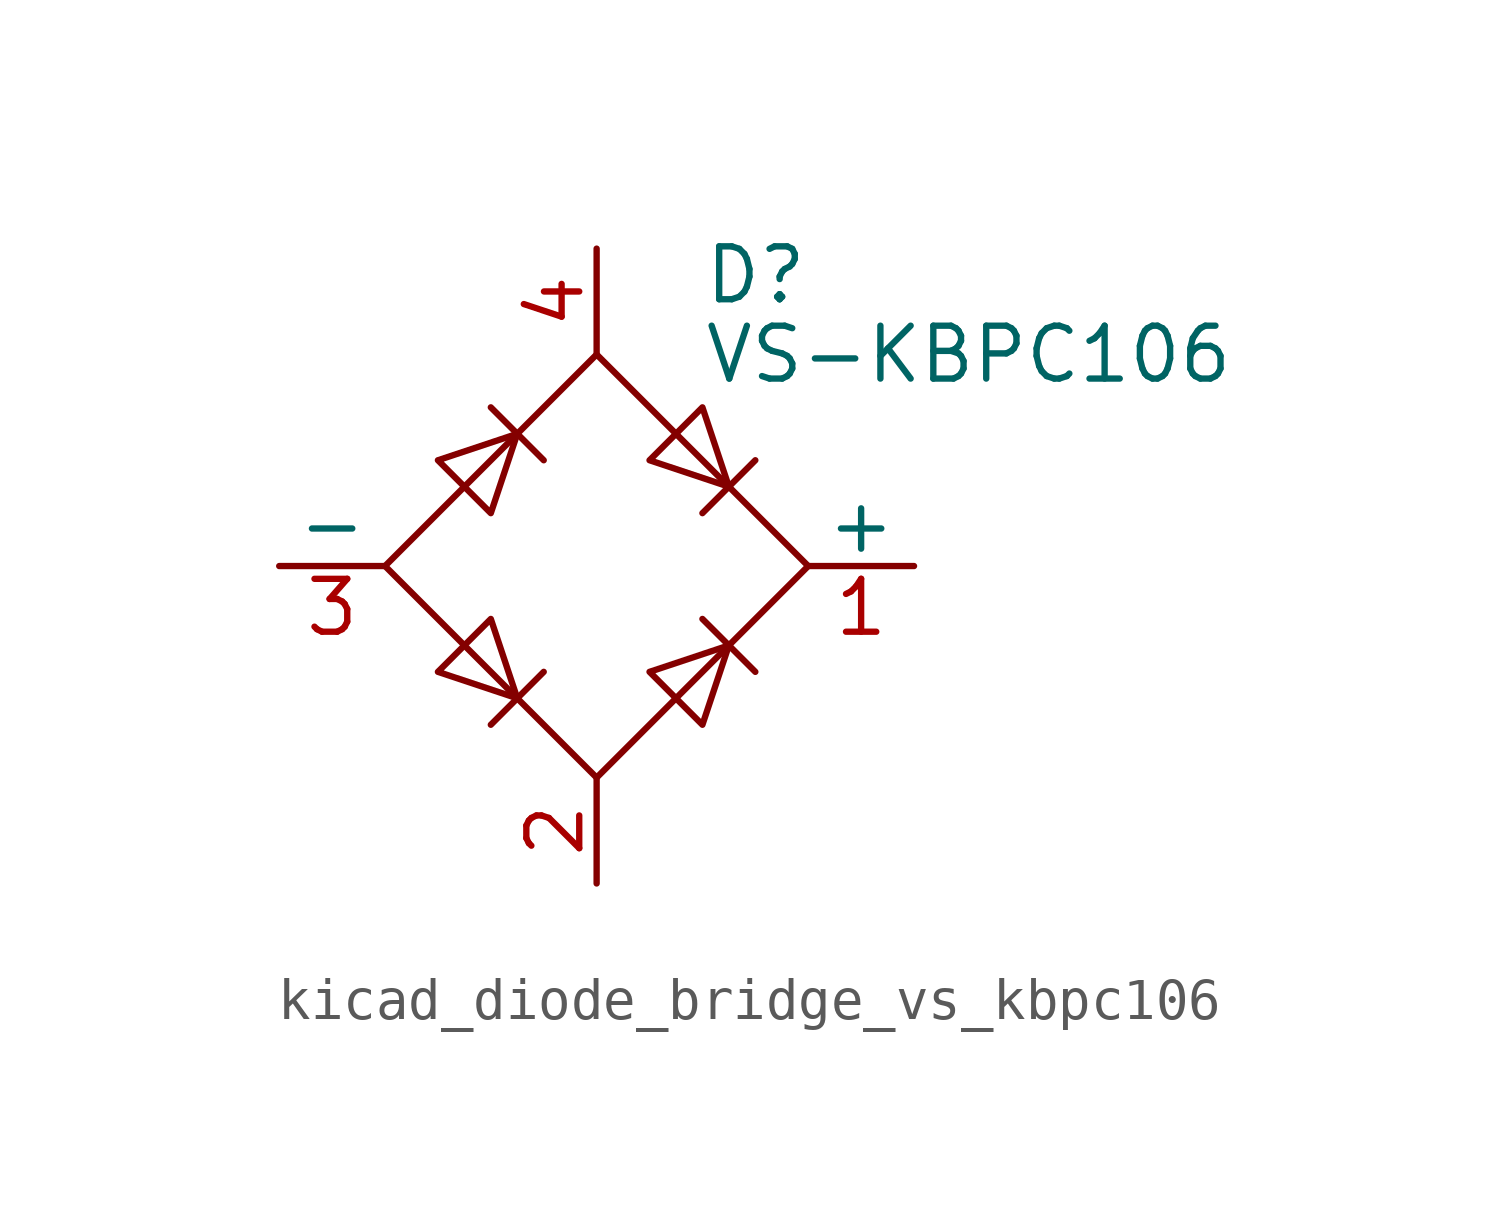
<source format=kicad_sym>
(kicad_symbol_lib
  (version 20220914)
  (generator kicad_symbol_editor)
  (symbol "kicad_diode_bridge_vs_kbpc106"
    (pin_names
      (offset 0))
    (property "Reference" "D"
      (at 2.54 6.985 0)
      (effects (font (size 1.27 1.27)) (justify left)))
    (property "Value" "VS-KBPC106"
      (at 2.54 5.08 0)
      (effects (font (size 1.27 1.27)) (justify left)))
    (symbol "kicad_diode_bridge_vs_kbpc106_0_1"
      (polyline (pts (xy -2.54 3.81) (xy -1.27 2.54)) (stroke (width 0) (type default)) (fill (type none)))
      (polyline (pts (xy -1.27 -2.54) (xy -2.54 -3.81)) (stroke (width 0) (type default)) (fill (type none)))
      (polyline (pts (xy 2.54 -1.27) (xy 3.81 -2.54)) (stroke (width 0) (type default)) (fill (type none)))
      (polyline (pts (xy 2.54 1.27) (xy 3.81 2.54)) (stroke (width 0) (type default)) (fill (type none)))
      (polyline (pts (xy -3.81 2.54) (xy -2.54 1.27) (xy -1.905 3.175) (xy -3.81 2.54)) (stroke (width 0) (type default)) (fill (type none)))
      (polyline (pts (xy -2.54 -1.27) (xy -3.81 -2.54) (xy -1.905 -3.175) (xy -2.54 -1.27)) (stroke (width 0) (type default)) (fill (type none)))
      (polyline (pts (xy 1.27 2.54) (xy 2.54 3.81) (xy 3.175 1.905) (xy 1.27 2.54)) (stroke (width 0) (type default)) (fill (type none)))
      (polyline (pts (xy 3.175 -1.905) (xy 1.27 -2.54) (xy 2.54 -3.81) (xy 3.175 -1.905)) (stroke (width 0) (type default)) (fill (type none)))
      (polyline (pts (xy -5.08 0) (xy 0 -5.08) (xy 5.08 0) (xy 0 5.08) (xy -5.08 0)) (stroke (width 0) (type default)) (fill (type none))))
    (symbol "kicad_diode_bridge_vs_kbpc106_1_1"
      (pin passive line (at 7.62 0 180) (length 2.54) (name "+" (effects (font (size 1.27 1.27)))) (number "1" (effects (font (size 1.27 1.27)))))
      (pin passive line (at 0 -7.62 90) (length 2.54) (name "~" (effects (font (size 1.27 1.27)))) (number "2" (effects (font (size 1.27 1.27)))))
      (pin passive line (at -7.62 0 0) (length 2.54) (name "-" (effects (font (size 1.27 1.27)))) (number "3" (effects (font (size 1.27 1.27)))))
      (pin passive line (at 0 7.62 270) (length 2.54) (name "~" (effects (font (size 1.27 1.27)))) (number "4" (effects (font (size 1.27 1.27))))))))
</source>
